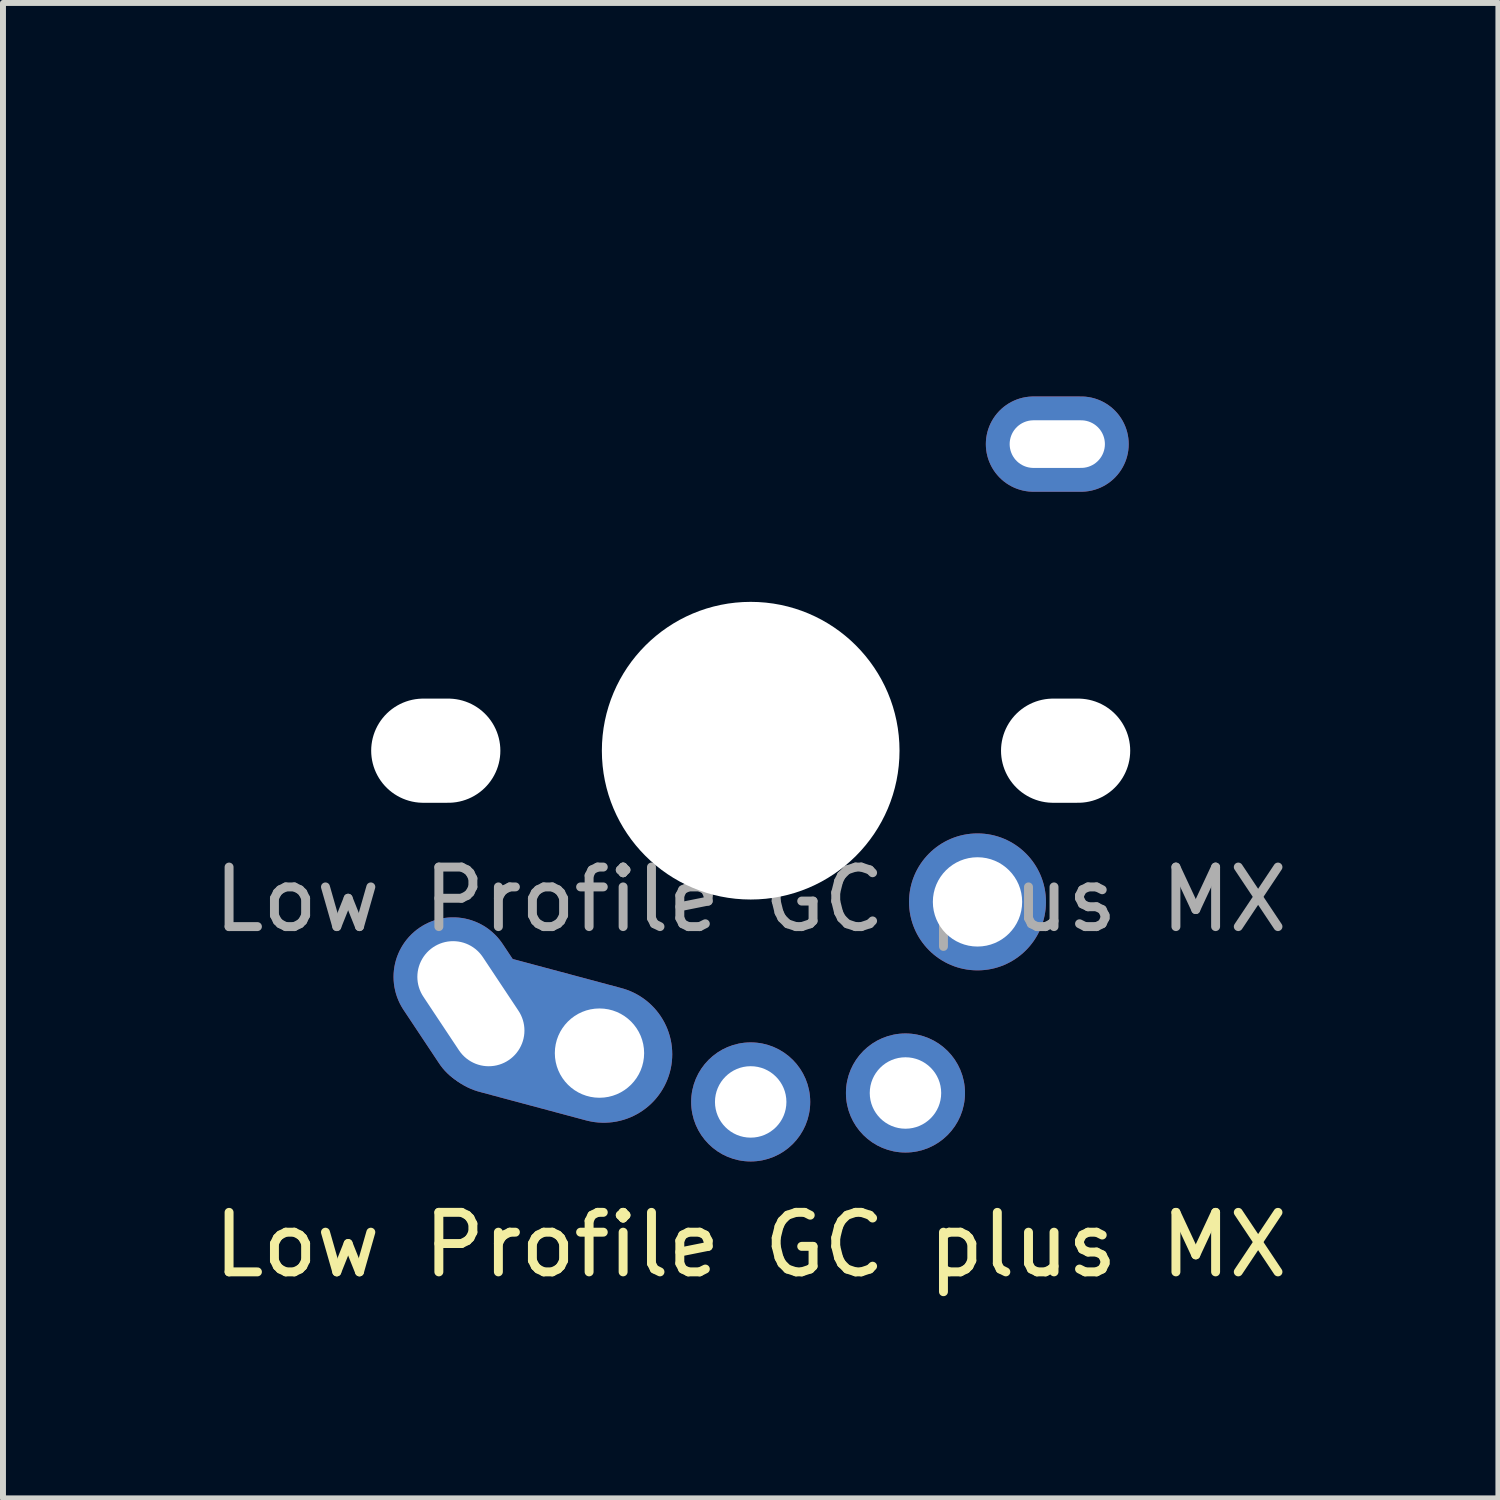
<source format=kicad_pcb>
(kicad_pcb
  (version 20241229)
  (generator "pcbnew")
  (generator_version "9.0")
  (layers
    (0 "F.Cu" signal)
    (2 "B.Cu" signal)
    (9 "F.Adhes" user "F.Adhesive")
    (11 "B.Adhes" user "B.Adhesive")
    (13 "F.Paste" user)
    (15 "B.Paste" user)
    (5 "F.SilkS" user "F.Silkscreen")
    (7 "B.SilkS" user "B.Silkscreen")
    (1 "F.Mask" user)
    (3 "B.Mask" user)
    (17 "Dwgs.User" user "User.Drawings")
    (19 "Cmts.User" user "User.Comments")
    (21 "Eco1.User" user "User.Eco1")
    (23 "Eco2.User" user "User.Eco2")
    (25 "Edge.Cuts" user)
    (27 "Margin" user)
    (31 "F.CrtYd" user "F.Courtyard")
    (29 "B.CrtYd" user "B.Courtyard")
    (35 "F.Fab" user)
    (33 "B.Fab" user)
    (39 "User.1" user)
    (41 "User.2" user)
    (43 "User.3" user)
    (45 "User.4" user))
  (footprint "Low Profile GC plus MX"
    (layer "F.Cu")
    (at 9.56 9.56)
    (property "Reference" "Low Profile GC plus MX" (at 0 8.3 0) (unlocked yes) (layer "F.SilkS") (effects (font (size 1 1) (thickness 0.15))))
    (attr through_hole)
    (fp_line (start -7.5 -7) (end -7 -7.5) (stroke (width 0.12) (type solid)) (layer "User.1"))
    (fp_line (start -7.5 7) (end -7.5 -7) (stroke (width 0.12) (type solid)) (layer "User.1"))
    (fp_line (start -7 -7.5) (end 7 -7.5) (stroke (width 0.12) (type solid)) (layer "User.1"))
    (fp_line (start -7 7.5) (end -7.5 7) (stroke (width 0.12) (type solid)) (layer "User.1"))
    (fp_line (start 7 -7.5) (end 7.5 -7) (stroke (width 0.12) (type solid)) (layer "User.1"))
    (fp_line (start 7 7.5) (end -7 7.5) (stroke (width 0.12) (type solid)) (layer "User.1"))
    (fp_line (start 7.5 -7) (end 7.5 7) (stroke (width 0.12) (type solid)) (layer "User.1"))
    (fp_line (start 7.5 7) (end 7 7.5) (stroke (width 0.12) (type solid)) (layer "User.1"))
    (fp_rect (start -9.5 -9.5) (end 9.5 9.5) (stroke (width 0.12) (type solid)) (fill no) (layer "User.1"))
    (fp_text user "${REFERENCE}" (at 0 2.5 0) (unlocked yes) (layer "F.Fab") (effects (font (size 1 1) (thickness 0.15))))
    (pad "" np_thru_hole oval (at -5.29 0) (size 2.17 1.75) (drill oval 2.17 1.75) (layers "*.Cu" "*.Mask"))
    (pad "" np_thru_hole circle (at 0 0) (size 5 5) (drill 5) (layers "*.Cu" "*.Mask"))
    (pad "" thru_hole oval (at 5.15 -5.15) (size 2.4 1.6) (drill oval 1.6 0.8) (layers "*.Cu" "*.Mask"))
    (pad "" np_thru_hole oval (at 5.29 0) (size 2.17 1.75) (drill oval 2.17 1.75) (layers "*.Cu" "*.Mask"))
    (pad "1" thru_hole oval (at -4.7 4.25 303.6) (size 3.082 2) (drill oval 2.282 1.2) (layers "*.Cu" "*.Mask"))
    (pad "1" thru_hole oval (at -2.54 5.08 345) (size 4.15 2.3) (drill 1.5 (offset -0.85 0)) (layers "*.Cu" "*.Mask"))
    (pad "2" thru_hole circle (at 0 5.9) (size 2 2) (drill 1.2) (layers "*.Cu" "*.Mask"))
    (pad "2" thru_hole circle (at 2.6 5.75) (size 2 2) (drill 1.2) (layers "*.Cu" "*.Mask"))
    (pad "2" thru_hole circle (at 3.81 2.54) (size 2.3 2.3) (drill 1.5) (layers "*.Cu" "*.Mask")))
  (gr_rect
    (start -3 -3)
    (end 22.12 22.12)
    (stroke (width 0.1) (type default))
    (fill no)
    (layer "Edge.Cuts")))
</source>
